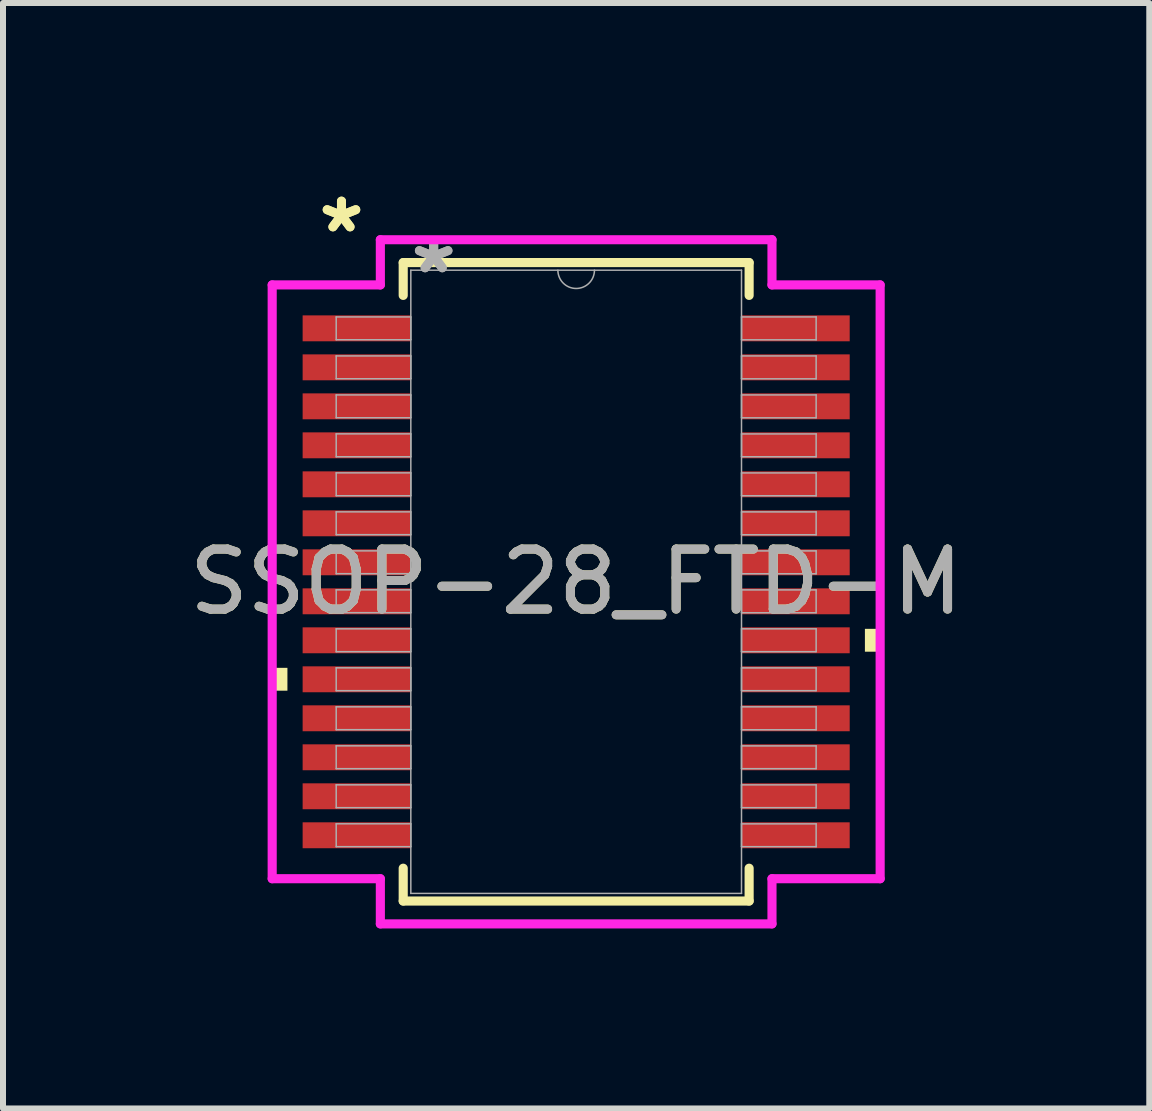
<source format=kicad_pcb>
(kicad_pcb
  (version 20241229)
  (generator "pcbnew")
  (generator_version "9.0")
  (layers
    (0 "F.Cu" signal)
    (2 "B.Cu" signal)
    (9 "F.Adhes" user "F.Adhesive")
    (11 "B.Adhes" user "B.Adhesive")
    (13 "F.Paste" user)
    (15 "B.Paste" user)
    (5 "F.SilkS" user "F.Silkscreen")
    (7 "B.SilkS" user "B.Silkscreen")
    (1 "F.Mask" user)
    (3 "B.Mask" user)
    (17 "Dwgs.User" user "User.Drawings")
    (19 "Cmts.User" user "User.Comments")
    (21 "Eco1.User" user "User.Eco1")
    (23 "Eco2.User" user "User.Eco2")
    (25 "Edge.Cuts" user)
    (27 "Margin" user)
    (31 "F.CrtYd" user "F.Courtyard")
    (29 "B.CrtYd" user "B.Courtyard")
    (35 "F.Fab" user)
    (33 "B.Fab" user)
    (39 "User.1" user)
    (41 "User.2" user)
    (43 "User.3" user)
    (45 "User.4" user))
  (footprint "SSOP-28_FTD-M"
    (layer "F.Cu")
    (at 6.554 6.648)
    (property "Reference" "SSOP-28_FTD-M" (at 0 0 0) (unlocked yes) (layer "F.SilkS") (effects (font (size 1 1) (thickness 0.15))))
    (attr smd)
    (fp_line (start -2.883 -5.321) (end -2.883 -4.774) (stroke (width 0.152) (type solid)) (layer "F.SilkS"))
    (fp_line (start -2.883 4.774) (end -2.883 5.321) (stroke (width 0.152) (type solid)) (layer "F.SilkS"))
    (fp_line (start -2.883 5.321) (end 2.883 5.321) (stroke (width 0.152) (type solid)) (layer "F.SilkS"))
    (fp_line (start 2.883 -5.321) (end -2.883 -5.321) (stroke (width 0.152) (type solid)) (layer "F.SilkS"))
    (fp_line (start 2.883 -4.774) (end 2.883 -5.321) (stroke (width 0.152) (type solid)) (layer "F.SilkS"))
    (fp_line (start 2.883 5.321) (end 2.883 4.774) (stroke (width 0.152) (type solid)) (layer "F.SilkS"))
    (fp_poly (pts (xy -5.067 1.434) (xy -5.067 1.815) (xy -4.813 1.815) (xy -4.813 1.434)) (stroke (width 0) (type solid)) (fill yes) (layer "F.SilkS"))
    (fp_poly (pts (xy 5.067 0.784) (xy 5.067 1.165) (xy 4.813 1.165) (xy 4.813 0.784)) (stroke (width 0) (type solid)) (fill yes) (layer "F.SilkS"))
    (fp_line (start -5.067 -4.949) (end -3.264 -4.949) (stroke (width 0.152) (type solid)) (layer "F.CrtYd"))
    (fp_line (start -5.067 4.949) (end -5.067 -4.949) (stroke (width 0.152) (type solid)) (layer "F.CrtYd"))
    (fp_line (start -5.067 4.949) (end -3.264 4.949) (stroke (width 0.152) (type solid)) (layer "F.CrtYd"))
    (fp_line (start -3.264 -5.702) (end 3.264 -5.702) (stroke (width 0.152) (type solid)) (layer "F.CrtYd"))
    (fp_line (start -3.264 -4.949) (end -3.264 -5.702) (stroke (width 0.152) (type solid)) (layer "F.CrtYd"))
    (fp_line (start -3.264 5.702) (end -3.264 4.949) (stroke (width 0.152) (type solid)) (layer "F.CrtYd"))
    (fp_line (start 3.264 -5.702) (end 3.264 -4.949) (stroke (width 0.152) (type solid)) (layer "F.CrtYd"))
    (fp_line (start 3.264 4.949) (end 3.264 5.702) (stroke (width 0.152) (type solid)) (layer "F.CrtYd"))
    (fp_line (start 3.264 5.702) (end -3.264 5.702) (stroke (width 0.152) (type solid)) (layer "F.CrtYd"))
    (fp_line (start 5.067 -4.949) (end 3.264 -4.949) (stroke (width 0.152) (type solid)) (layer "F.CrtYd"))
    (fp_line (start 5.067 -4.949) (end 5.067 4.949) (stroke (width 0.152) (type solid)) (layer "F.CrtYd"))
    (fp_line (start 5.067 4.949) (end 3.264 4.949) (stroke (width 0.152) (type solid)) (layer "F.CrtYd"))
    (fp_line (start -4 -4.415) (end -4 -4.035) (stroke (width 0.025) (type solid)) (layer "F.Fab"))
    (fp_line (start -4 -4.035) (end -2.756 -4.035) (stroke (width 0.025) (type solid)) (layer "F.Fab"))
    (fp_line (start -4 -3.765) (end -4 -3.385) (stroke (width 0.025) (type solid)) (layer "F.Fab"))
    (fp_line (start -4 -3.385) (end -2.756 -3.385) (stroke (width 0.025) (type solid)) (layer "F.Fab"))
    (fp_line (start -4 -3.115) (end -4 -2.735) (stroke (width 0.025) (type solid)) (layer "F.Fab"))
    (fp_line (start -4 -2.735) (end -2.756 -2.735) (stroke (width 0.025) (type solid)) (layer "F.Fab"))
    (fp_line (start -4 -2.466) (end -4 -2.084) (stroke (width 0.025) (type solid)) (layer "F.Fab"))
    (fp_line (start -4 -2.084) (end -2.756 -2.084) (stroke (width 0.025) (type solid)) (layer "F.Fab"))
    (fp_line (start -4 -1.816) (end -4 -1.435) (stroke (width 0.025) (type solid)) (layer "F.Fab"))
    (fp_line (start -4 -1.435) (end -2.756 -1.435) (stroke (width 0.025) (type solid)) (layer "F.Fab"))
    (fp_line (start -4 -1.166) (end -4 -0.785) (stroke (width 0.025) (type solid)) (layer "F.Fab"))
    (fp_line (start -4 -0.785) (end -2.756 -0.785) (stroke (width 0.025) (type solid)) (layer "F.Fab"))
    (fp_line (start -4 -0.516) (end -4 -0.135) (stroke (width 0.025) (type solid)) (layer "F.Fab"))
    (fp_line (start -4 -0.135) (end -2.756 -0.135) (stroke (width 0.025) (type solid)) (layer "F.Fab"))
    (fp_line (start -4 0.134) (end -4 0.515) (stroke (width 0.025) (type solid)) (layer "F.Fab"))
    (fp_line (start -4 0.515) (end -2.756 0.515) (stroke (width 0.025) (type solid)) (layer "F.Fab"))
    (fp_line (start -4 0.784) (end -4 1.165) (stroke (width 0.025) (type solid)) (layer "F.Fab"))
    (fp_line (start -4 1.165) (end -2.756 1.165) (stroke (width 0.025) (type solid)) (layer "F.Fab"))
    (fp_line (start -4 1.434) (end -4 1.815) (stroke (width 0.025) (type solid)) (layer "F.Fab"))
    (fp_line (start -4 1.815) (end -2.756 1.815) (stroke (width 0.025) (type solid)) (layer "F.Fab"))
    (fp_line (start -4 2.084) (end -4 2.465) (stroke (width 0.025) (type solid)) (layer "F.Fab"))
    (fp_line (start -4 2.465) (end -2.756 2.465) (stroke (width 0.025) (type solid)) (layer "F.Fab"))
    (fp_line (start -4 2.734) (end -4 3.115) (stroke (width 0.025) (type solid)) (layer "F.Fab"))
    (fp_line (start -4 3.115) (end -2.756 3.115) (stroke (width 0.025) (type solid)) (layer "F.Fab"))
    (fp_line (start -4 3.384) (end -4 3.765) (stroke (width 0.025) (type solid)) (layer "F.Fab"))
    (fp_line (start -4 3.765) (end -2.756 3.765) (stroke (width 0.025) (type solid)) (layer "F.Fab"))
    (fp_line (start -4 4.034) (end -4 4.415) (stroke (width 0.025) (type solid)) (layer "F.Fab"))
    (fp_line (start -4 4.415) (end -2.756 4.415) (stroke (width 0.025) (type solid)) (layer "F.Fab"))
    (fp_line (start -2.756 -5.194) (end -2.756 5.194) (stroke (width 0.025) (type solid)) (layer "F.Fab"))
    (fp_line (start -2.756 -4.415) (end -4 -4.415) (stroke (width 0.025) (type solid)) (layer "F.Fab"))
    (fp_line (start -2.756 -4.035) (end -2.756 -4.415) (stroke (width 0.025) (type solid)) (layer "F.Fab"))
    (fp_line (start -2.756 -3.765) (end -4 -3.765) (stroke (width 0.025) (type solid)) (layer "F.Fab"))
    (fp_line (start -2.756 -3.385) (end -2.756 -3.765) (stroke (width 0.025) (type solid)) (layer "F.Fab"))
    (fp_line (start -2.756 -3.115) (end -4 -3.115) (stroke (width 0.025) (type solid)) (layer "F.Fab"))
    (fp_line (start -2.756 -2.735) (end -2.756 -3.115) (stroke (width 0.025) (type solid)) (layer "F.Fab"))
    (fp_line (start -2.756 -2.466) (end -4 -2.466) (stroke (width 0.025) (type solid)) (layer "F.Fab"))
    (fp_line (start -2.756 -2.084) (end -2.756 -2.466) (stroke (width 0.025) (type solid)) (layer "F.Fab"))
    (fp_line (start -2.756 -1.816) (end -4 -1.816) (stroke (width 0.025) (type solid)) (layer "F.Fab"))
    (fp_line (start -2.756 -1.435) (end -2.756 -1.816) (stroke (width 0.025) (type solid)) (layer "F.Fab"))
    (fp_line (start -2.756 -1.166) (end -4 -1.166) (stroke (width 0.025) (type solid)) (layer "F.Fab"))
    (fp_line (start -2.756 -0.785) (end -2.756 -1.166) (stroke (width 0.025) (type solid)) (layer "F.Fab"))
    (fp_line (start -2.756 -0.516) (end -4 -0.516) (stroke (width 0.025) (type solid)) (layer "F.Fab"))
    (fp_line (start -2.756 -0.135) (end -2.756 -0.516) (stroke (width 0.025) (type solid)) (layer "F.Fab"))
    (fp_line (start -2.756 0.134) (end -4 0.134) (stroke (width 0.025) (type solid)) (layer "F.Fab"))
    (fp_line (start -2.756 0.515) (end -2.756 0.134) (stroke (width 0.025) (type solid)) (layer "F.Fab"))
    (fp_line (start -2.756 0.784) (end -4 0.784) (stroke (width 0.025) (type solid)) (layer "F.Fab"))
    (fp_line (start -2.756 1.165) (end -2.756 0.784) (stroke (width 0.025) (type solid)) (layer "F.Fab"))
    (fp_line (start -2.756 1.434) (end -4 1.434) (stroke (width 0.025) (type solid)) (layer "F.Fab"))
    (fp_line (start -2.756 1.815) (end -2.756 1.434) (stroke (width 0.025) (type solid)) (layer "F.Fab"))
    (fp_line (start -2.756 2.084) (end -4 2.084) (stroke (width 0.025) (type solid)) (layer "F.Fab"))
    (fp_line (start -2.756 2.465) (end -2.756 2.084) (stroke (width 0.025) (type solid)) (layer "F.Fab"))
    (fp_line (start -2.756 2.734) (end -4 2.734) (stroke (width 0.025) (type solid)) (layer "F.Fab"))
    (fp_line (start -2.756 3.115) (end -2.756 2.734) (stroke (width 0.025) (type solid)) (layer "F.Fab"))
    (fp_line (start -2.756 3.384) (end -4 3.384) (stroke (width 0.025) (type solid)) (layer "F.Fab"))
    (fp_line (start -2.756 3.765) (end -2.756 3.384) (stroke (width 0.025) (type solid)) (layer "F.Fab"))
    (fp_line (start -2.756 4.034) (end -4 4.034) (stroke (width 0.025) (type solid)) (layer "F.Fab"))
    (fp_line (start -2.756 4.415) (end -2.756 4.034) (stroke (width 0.025) (type solid)) (layer "F.Fab"))
    (fp_line (start -2.756 5.194) (end 2.756 5.194) (stroke (width 0.025) (type solid)) (layer "F.Fab"))
    (fp_line (start 2.756 -5.194) (end -2.756 -5.194) (stroke (width 0.025) (type solid)) (layer "F.Fab"))
    (fp_line (start 2.756 -4.415) (end 2.756 -4.034) (stroke (width 0.025) (type solid)) (layer "F.Fab"))
    (fp_line (start 2.756 -4.034) (end 4 -4.034) (stroke (width 0.025) (type solid)) (layer "F.Fab"))
    (fp_line (start 2.756 -3.765) (end 2.756 -3.384) (stroke (width 0.025) (type solid)) (layer "F.Fab"))
    (fp_line (start 2.756 -3.384) (end 4 -3.384) (stroke (width 0.025) (type solid)) (layer "F.Fab"))
    (fp_line (start 2.756 -3.115) (end 2.756 -2.734) (stroke (width 0.025) (type solid)) (layer "F.Fab"))
    (fp_line (start 2.756 -2.734) (end 4 -2.734) (stroke (width 0.025) (type solid)) (layer "F.Fab"))
    (fp_line (start 2.756 -2.465) (end 2.756 -2.084) (stroke (width 0.025) (type solid)) (layer "F.Fab"))
    (fp_line (start 2.756 -2.084) (end 4 -2.084) (stroke (width 0.025) (type solid)) (layer "F.Fab"))
    (fp_line (start 2.756 -1.815) (end 2.756 -1.434) (stroke (width 0.025) (type solid)) (layer "F.Fab"))
    (fp_line (start 2.756 -1.434) (end 4 -1.434) (stroke (width 0.025) (type solid)) (layer "F.Fab"))
    (fp_line (start 2.756 -1.165) (end 2.756 -0.784) (stroke (width 0.025) (type solid)) (layer "F.Fab"))
    (fp_line (start 2.756 -0.784) (end 4 -0.784) (stroke (width 0.025) (type solid)) (layer "F.Fab"))
    (fp_line (start 2.756 -0.515) (end 2.756 -0.134) (stroke (width 0.025) (type solid)) (layer "F.Fab"))
    (fp_line (start 2.756 -0.134) (end 4 -0.134) (stroke (width 0.025) (type solid)) (layer "F.Fab"))
    (fp_line (start 2.756 0.135) (end 2.756 0.516) (stroke (width 0.025) (type solid)) (layer "F.Fab"))
    (fp_line (start 2.756 0.516) (end 4 0.516) (stroke (width 0.025) (type solid)) (layer "F.Fab"))
    (fp_line (start 2.756 0.784) (end 2.756 1.165) (stroke (width 0.025) (type solid)) (layer "F.Fab"))
    (fp_line (start 2.756 1.165) (end 4 1.165) (stroke (width 0.025) (type solid)) (layer "F.Fab"))
    (fp_line (start 2.756 1.435) (end 2.756 1.815) (stroke (width 0.025) (type solid)) (layer "F.Fab"))
    (fp_line (start 2.756 1.815) (end 4 1.815) (stroke (width 0.025) (type solid)) (layer "F.Fab"))
    (fp_line (start 2.756 2.084) (end 2.756 2.466) (stroke (width 0.025) (type solid)) (layer "F.Fab"))
    (fp_line (start 2.756 2.466) (end 4 2.466) (stroke (width 0.025) (type solid)) (layer "F.Fab"))
    (fp_line (start 2.756 2.735) (end 2.756 3.115) (stroke (width 0.025) (type solid)) (layer "F.Fab"))
    (fp_line (start 2.756 3.115) (end 4 3.115) (stroke (width 0.025) (type solid)) (layer "F.Fab"))
    (fp_line (start 2.756 3.385) (end 2.756 3.765) (stroke (width 0.025) (type solid)) (layer "F.Fab"))
    (fp_line (start 2.756 3.765) (end 4 3.765) (stroke (width 0.025) (type solid)) (layer "F.Fab"))
    (fp_line (start 2.756 4.035) (end 2.756 4.415) (stroke (width 0.025) (type solid)) (layer "F.Fab"))
    (fp_line (start 2.756 4.415) (end 4 4.415) (stroke (width 0.025) (type solid)) (layer "F.Fab"))
    (fp_line (start 2.756 5.194) (end 2.756 -5.194) (stroke (width 0.025) (type solid)) (layer "F.Fab"))
    (fp_line (start 4 -4.415) (end 2.756 -4.415) (stroke (width 0.025) (type solid)) (layer "F.Fab"))
    (fp_line (start 4 -4.034) (end 4 -4.415) (stroke (width 0.025) (type solid)) (layer "F.Fab"))
    (fp_line (start 4 -3.765) (end 2.756 -3.765) (stroke (width 0.025) (type solid)) (layer "F.Fab"))
    (fp_line (start 4 -3.384) (end 4 -3.765) (stroke (width 0.025) (type solid)) (layer "F.Fab"))
    (fp_line (start 4 -3.115) (end 2.756 -3.115) (stroke (width 0.025) (type solid)) (layer "F.Fab"))
    (fp_line (start 4 -2.734) (end 4 -3.115) (stroke (width 0.025) (type solid)) (layer "F.Fab"))
    (fp_line (start 4 -2.465) (end 2.756 -2.465) (stroke (width 0.025) (type solid)) (layer "F.Fab"))
    (fp_line (start 4 -2.084) (end 4 -2.465) (stroke (width 0.025) (type solid)) (layer "F.Fab"))
    (fp_line (start 4 -1.815) (end 2.756 -1.815) (stroke (width 0.025) (type solid)) (layer "F.Fab"))
    (fp_line (start 4 -1.434) (end 4 -1.815) (stroke (width 0.025) (type solid)) (layer "F.Fab"))
    (fp_line (start 4 -1.165) (end 2.756 -1.165) (stroke (width 0.025) (type solid)) (layer "F.Fab"))
    (fp_line (start 4 -0.784) (end 4 -1.165) (stroke (width 0.025) (type solid)) (layer "F.Fab"))
    (fp_line (start 4 -0.515) (end 2.756 -0.515) (stroke (width 0.025) (type solid)) (layer "F.Fab"))
    (fp_line (start 4 -0.134) (end 4 -0.515) (stroke (width 0.025) (type solid)) (layer "F.Fab"))
    (fp_line (start 4 0.135) (end 2.756 0.135) (stroke (width 0.025) (type solid)) (layer "F.Fab"))
    (fp_line (start 4 0.516) (end 4 0.135) (stroke (width 0.025) (type solid)) (layer "F.Fab"))
    (fp_line (start 4 0.784) (end 2.756 0.784) (stroke (width 0.025) (type solid)) (layer "F.Fab"))
    (fp_line (start 4 1.165) (end 4 0.784) (stroke (width 0.025) (type solid)) (layer "F.Fab"))
    (fp_line (start 4 1.435) (end 2.756 1.435) (stroke (width 0.025) (type solid)) (layer "F.Fab"))
    (fp_line (start 4 1.815) (end 4 1.435) (stroke (width 0.025) (type solid)) (layer "F.Fab"))
    (fp_line (start 4 2.084) (end 2.756 2.084) (stroke (width 0.025) (type solid)) (layer "F.Fab"))
    (fp_line (start 4 2.466) (end 4 2.084) (stroke (width 0.025) (type solid)) (layer "F.Fab"))
    (fp_line (start 4 2.735) (end 2.756 2.735) (stroke (width 0.025) (type solid)) (layer "F.Fab"))
    (fp_line (start 4 3.115) (end 4 2.735) (stroke (width 0.025) (type solid)) (layer "F.Fab"))
    (fp_line (start 4 3.385) (end 2.756 3.385) (stroke (width 0.025) (type solid)) (layer "F.Fab"))
    (fp_line (start 4 3.765) (end 4 3.385) (stroke (width 0.025) (type solid)) (layer "F.Fab"))
    (fp_line (start 4 4.035) (end 2.756 4.035) (stroke (width 0.025) (type solid)) (layer "F.Fab"))
    (fp_line (start 4 4.415) (end 4 4.035) (stroke (width 0.025) (type solid)) (layer "F.Fab"))
    (fp_arc (start 0.3048 -5.1943) (mid 0 -4.8895) (end -0.3048 -5.1943) (stroke (width 0.0254) (type solid)) (layer "F.Fab"))
    (fp_text user "*" (at -3.912 -5.8 0) (layer "F.SilkS") (effects (font (size 1 1) (thickness 0.15))))
    (fp_text user "*" (at -3.912 -5.8 0) (unlocked yes) (layer "F.SilkS") (effects (font (size 1 1) (thickness 0.15))))
    (fp_text user "*" (at -2.375 -5.118 0) (unlocked yes) (layer "F.Fab") (effects (font (size 1 1) (thickness 0.15))))
    (fp_text user "${REFERENCE}" (at 0 0 0) (unlocked yes) (layer "F.Fab") (effects (font (size 1 1) (thickness 0.15))))
    (fp_text user "*" (at -2.375 -5.118 0) (layer "F.Fab") (effects (font (size 1 1) (thickness 0.15))))
    (pad "1" smd rect (at -3.658 -4.225) (size 1.803 0.432) (layers "F.Cu" "F.Mask" "F.Paste"))
    (pad "2" smd rect (at -3.658 -3.575) (size 1.803 0.432) (layers "F.Cu" "F.Mask" "F.Paste"))
    (pad "3" smd rect (at -3.658 -2.925) (size 1.803 0.432) (layers "F.Cu" "F.Mask" "F.Paste"))
    (pad "4" smd rect (at -3.658 -2.275) (size 1.803 0.432) (layers "F.Cu" "F.Mask" "F.Paste"))
    (pad "5" smd rect (at -3.658 -1.625) (size 1.803 0.432) (layers "F.Cu" "F.Mask" "F.Paste"))
    (pad "6" smd rect (at -3.658 -0.975) (size 1.803 0.432) (layers "F.Cu" "F.Mask" "F.Paste"))
    (pad "7" smd rect (at -3.658 -0.325) (size 1.803 0.432) (layers "F.Cu" "F.Mask" "F.Paste"))
    (pad "8" smd rect (at -3.658 0.325) (size 1.803 0.432) (layers "F.Cu" "F.Mask" "F.Paste"))
    (pad "9" smd rect (at -3.658 0.975) (size 1.803 0.432) (layers "F.Cu" "F.Mask" "F.Paste"))
    (pad "10" smd rect (at -3.658 1.625) (size 1.803 0.432) (layers "F.Cu" "F.Mask" "F.Paste"))
    (pad "11" smd rect (at -3.658 2.275) (size 1.803 0.432) (layers "F.Cu" "F.Mask" "F.Paste"))
    (pad "12" smd rect (at -3.658 2.925) (size 1.803 0.432) (layers "F.Cu" "F.Mask" "F.Paste"))
    (pad "13" smd rect (at -3.658 3.575) (size 1.803 0.432) (layers "F.Cu" "F.Mask" "F.Paste"))
    (pad "14" smd rect (at -3.658 4.225) (size 1.803 0.432) (layers "F.Cu" "F.Mask" "F.Paste"))
    (pad "15" smd rect (at 3.658 4.225) (size 1.803 0.432) (layers "F.Cu" "F.Mask" "F.Paste"))
    (pad "16" smd rect (at 3.658 3.575) (size 1.803 0.432) (layers "F.Cu" "F.Mask" "F.Paste"))
    (pad "17" smd rect (at 3.658 2.925) (size 1.803 0.432) (layers "F.Cu" "F.Mask" "F.Paste"))
    (pad "18" smd rect (at 3.658 2.275) (size 1.803 0.432) (layers "F.Cu" "F.Mask" "F.Paste"))
    (pad "19" smd rect (at 3.658 1.625) (size 1.803 0.432) (layers "F.Cu" "F.Mask" "F.Paste"))
    (pad "20" smd rect (at 3.658 0.975) (size 1.803 0.432) (layers "F.Cu" "F.Mask" "F.Paste"))
    (pad "21" smd rect (at 3.658 0.325) (size 1.803 0.432) (layers "F.Cu" "F.Mask" "F.Paste"))
    (pad "22" smd rect (at 3.658 -0.325) (size 1.803 0.432) (layers "F.Cu" "F.Mask" "F.Paste"))
    (pad "23" smd rect (at 3.658 -0.975) (size 1.803 0.432) (layers "F.Cu" "F.Mask" "F.Paste"))
    (pad "24" smd rect (at 3.658 -1.625) (size 1.803 0.432) (layers "F.Cu" "F.Mask" "F.Paste"))
    (pad "25" smd rect (at 3.658 -2.275) (size 1.803 0.432) (layers "F.Cu" "F.Mask" "F.Paste"))
    (pad "26" smd rect (at 3.658 -2.925) (size 1.803 0.432) (layers "F.Cu" "F.Mask" "F.Paste"))
    (pad "27" smd rect (at 3.658 -3.575) (size 1.803 0.432) (layers "F.Cu" "F.Mask" "F.Paste"))
    (pad "28" smd rect (at 3.658 -4.225) (size 1.803 0.432) (layers "F.Cu" "F.Mask" "F.Paste")))
  (gr_rect
    (start -3 -3)
    (end 16.107 15.427)
    (stroke (width 0.1) (type default))
    (fill no)
    (layer "Edge.Cuts")))
</source>
